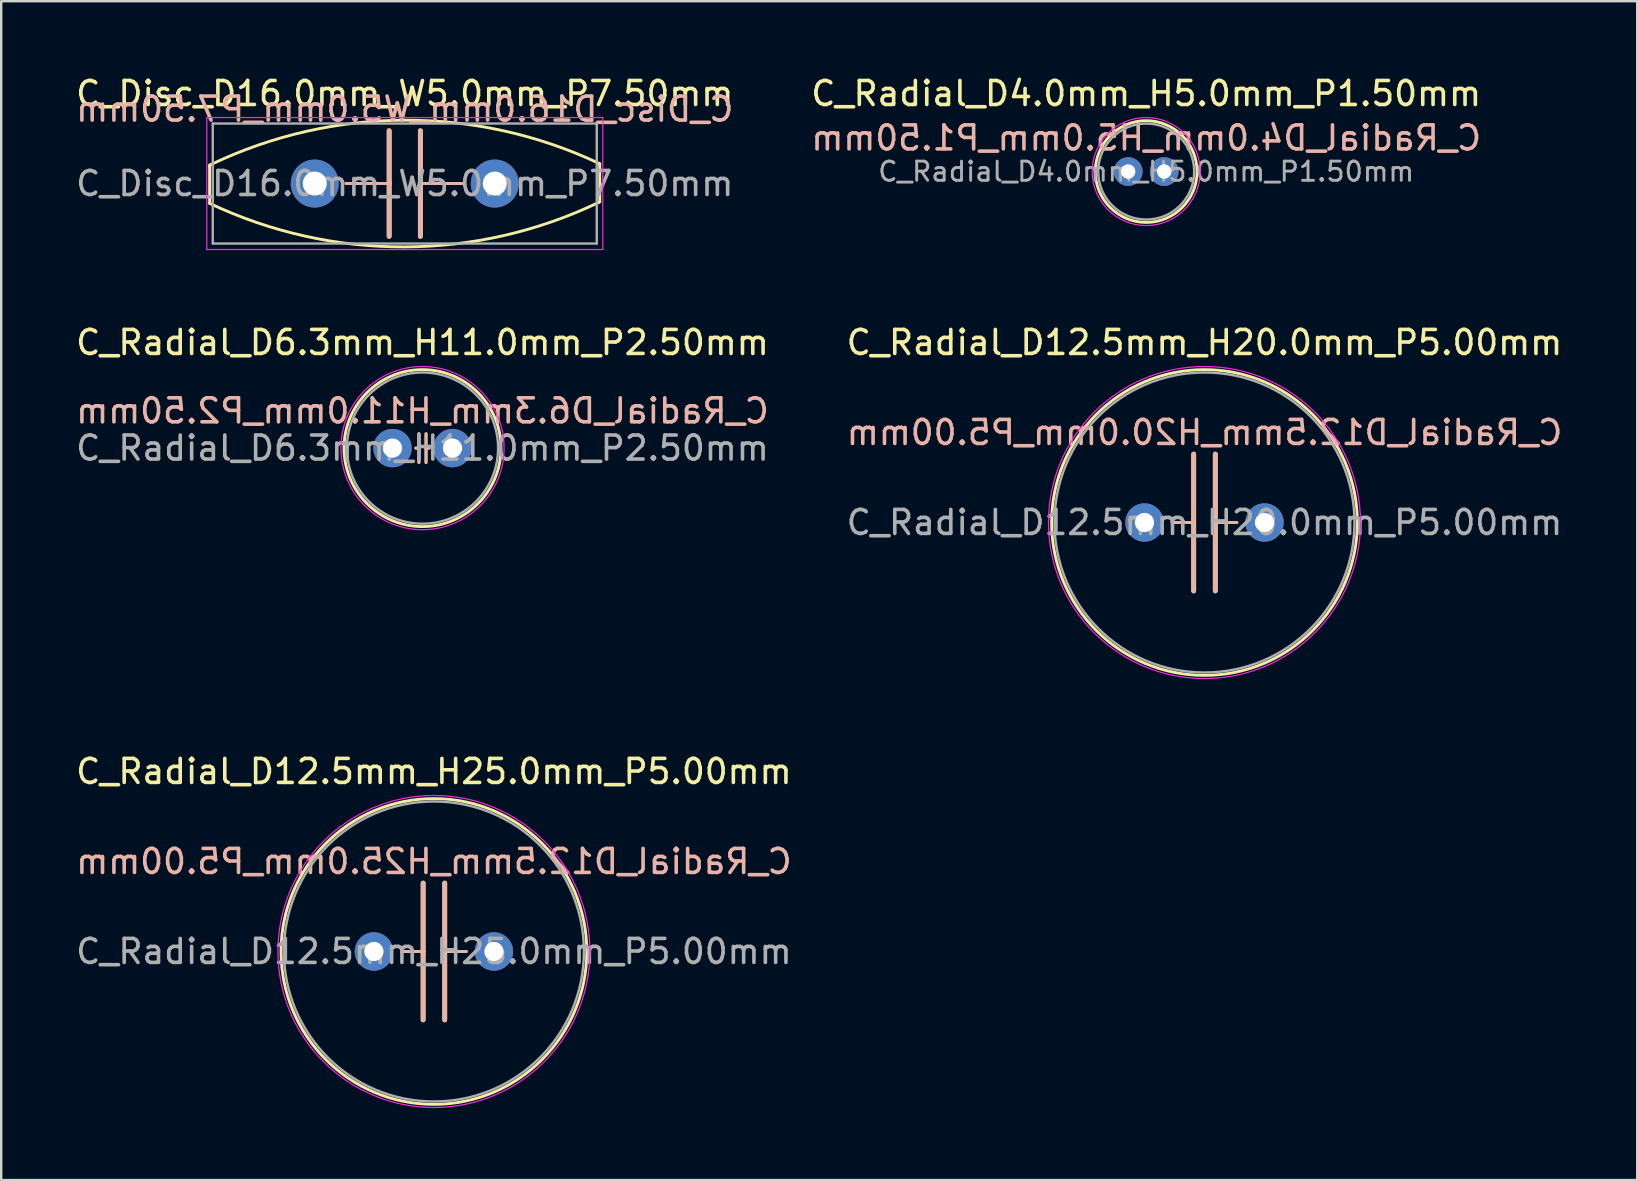
<source format=kicad_pcb>
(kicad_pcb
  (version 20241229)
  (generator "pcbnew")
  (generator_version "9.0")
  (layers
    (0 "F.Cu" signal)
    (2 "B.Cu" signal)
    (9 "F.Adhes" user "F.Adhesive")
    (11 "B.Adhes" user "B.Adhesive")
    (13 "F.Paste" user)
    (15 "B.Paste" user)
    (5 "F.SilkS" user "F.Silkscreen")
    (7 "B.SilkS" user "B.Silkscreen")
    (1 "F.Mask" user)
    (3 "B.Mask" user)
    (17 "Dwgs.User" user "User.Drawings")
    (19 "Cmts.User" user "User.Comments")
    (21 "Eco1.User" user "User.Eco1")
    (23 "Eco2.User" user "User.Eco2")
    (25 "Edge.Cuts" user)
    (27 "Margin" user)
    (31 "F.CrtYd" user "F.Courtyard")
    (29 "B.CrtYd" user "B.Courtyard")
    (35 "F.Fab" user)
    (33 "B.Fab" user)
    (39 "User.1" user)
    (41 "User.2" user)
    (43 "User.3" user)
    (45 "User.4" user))
  (footprint "C_Radial_D12.5mm_H25.0mm_P5.00mm"
    (layer "F.Cu")
    (at 12.53 36.595)
    (property "Reference" "C_Radial_D12.5mm_H25.0mm_P5.00mm" (at 2.5 -7.5 0) (layer "F.SilkS") (effects (font (size 1 1) (thickness 0.15))))
    (fp_line (start 1.15 0) (end 2.05 0) (stroke (width 0.12) (type solid)) (layer "F.SilkS"))
    (fp_line (start 2.05 0) (end 2.05 -2.85) (stroke (width 0.2) (type solid)) (layer "F.SilkS"))
    (fp_line (start 2.05 2.85) (end 2.05 0) (stroke (width 0.2) (type solid)) (layer "F.SilkS"))
    (fp_line (start 2.95 0) (end 2.95 -2.85) (stroke (width 0.2) (type solid)) (layer "F.SilkS"))
    (fp_line (start 2.95 0) (end 3.85 0) (stroke (width 0.12) (type solid)) (layer "F.SilkS"))
    (fp_line (start 2.95 2.85) (end 2.95 -0.007) (stroke (width 0.2) (type solid)) (layer "F.SilkS"))
    (fp_circle (center 2.5 0) (end 8.87 0) (stroke (width 0.12) (type solid)) (fill no) (layer "F.SilkS"))
    (fp_line (start 1.15 0) (end 2.05 0) (stroke (width 0.12) (type solid)) (layer "B.SilkS"))
    (fp_line (start 2.05 -2.85) (end 2.05 0) (stroke (width 0.2) (type solid)) (layer "B.SilkS"))
    (fp_line (start 2.05 0) (end 2.05 2.85) (stroke (width 0.2) (type solid)) (layer "B.SilkS"))
    (fp_line (start 2.95 -2.85) (end 2.95 0.007) (stroke (width 0.2) (type solid)) (layer "B.SilkS"))
    (fp_line (start 2.95 0) (end 2.95 2.85) (stroke (width 0.2) (type solid)) (layer "B.SilkS"))
    (fp_line (start 2.95 0) (end 3.85 0) (stroke (width 0.12) (type solid)) (layer "B.SilkS"))
    (fp_circle (center 2.5 0) (end 9 0) (stroke (width 0.05) (type solid)) (fill no) (layer "F.CrtYd"))
    (fp_circle (center 2.5 0) (end 8.75 0) (stroke (width 0.1) (type solid)) (fill no) (layer "F.Fab"))
    (fp_text user "${REFERENCE}" (at 2.5 -3.75 0) (layer "B.SilkS") (effects (font (size 1 1) (thickness 0.15)) (justify mirror)))
    (fp_text user "${REFERENCE}" (at 2.5 0 0) (layer "F.Fab") (effects (font (size 1 1) (thickness 0.15))))
    (pad "1" thru_hole circle (at 0 0) (size 1.6 1.6) (drill 0.8) (layers "*.Cu" "*.Mask"))
    (pad "2" thru_hole circle (at 5 0) (size 1.6 1.6) (drill 0.8) (layers "*.Cu" "*.Mask")))
  (footprint "C_Radial_D6.3mm_H11.0mm_P2.50mm"
    (layer "F.Cu")
    (at 13.304 15.621)
    (property "Reference" "C_Radial_D6.3mm_H11.0mm_P2.50mm" (at 1.25 -4.4 0) (layer "F.SilkS") (effects (font (size 1 1) (thickness 0.15))))
    (fp_line (start 0.973 0) (end 1.1 0) (stroke (width 0.12) (type solid)) (layer "F.SilkS"))
    (fp_line (start 1.1 0) (end 1.1 -0.6) (stroke (width 0.12) (type solid)) (layer "F.SilkS"))
    (fp_line (start 1.1 0) (end 1.1 0.6) (stroke (width 0.12) (type solid)) (layer "F.SilkS"))
    (fp_line (start 1.397 0) (end 1.397 -0.6) (stroke (width 0.12) (type solid)) (layer "F.SilkS"))
    (fp_line (start 1.397 0) (end 1.397 0.6) (stroke (width 0.12) (type solid)) (layer "F.SilkS"))
    (fp_line (start 1.524 0) (end 1.397 0) (stroke (width 0.12) (type solid)) (layer "F.SilkS"))
    (fp_circle (center 1.25 0) (end 4.52 0) (stroke (width 0.12) (type solid)) (fill no) (layer "F.SilkS"))
    (fp_line (start 0.973 0) (end 1.1 0) (stroke (width 0.12) (type solid)) (layer "B.SilkS"))
    (fp_line (start 1.1 0) (end 1.1 -0.6) (stroke (width 0.12) (type solid)) (layer "B.SilkS"))
    (fp_line (start 1.1 0) (end 1.1 0.6) (stroke (width 0.12) (type solid)) (layer "B.SilkS"))
    (fp_line (start 1.397 0) (end 1.397 -0.6) (stroke (width 0.12) (type solid)) (layer "B.SilkS"))
    (fp_line (start 1.397 0) (end 1.397 0.6) (stroke (width 0.12) (type solid)) (layer "B.SilkS"))
    (fp_line (start 1.524 0) (end 1.397 0) (stroke (width 0.12) (type solid)) (layer "B.SilkS"))
    (fp_circle (center 1.25 0) (end 4.65 0) (stroke (width 0.05) (type solid)) (fill no) (layer "F.CrtYd"))
    (fp_circle (center 1.25 0) (end 4.4 0) (stroke (width 0.1) (type solid)) (fill no) (layer "F.Fab"))
    (fp_text user "${REFERENCE}" (at 1.25 -1.55 0) (layer "B.SilkS") (effects (font (size 1 1) (thickness 0.15)) (justify mirror)))
    (fp_text user "${REFERENCE}" (at 1.25 0 0) (layer "F.Fab") (effects (font (size 1 1) (thickness 0.15))))
    (pad "1" thru_hole circle (at 0 0) (size 1.6 1.6) (drill 0.8) (layers "*.Cu" "*.Mask"))
    (pad "2" thru_hole circle (at 2.5 0) (size 1.6 1.6) (drill 0.8) (layers "*.Cu" "*.Mask")))
  (footprint "C_Radial_D4.0mm_H5.0mm_P1.50mm"
    (layer "F.Cu")
    (at 43.958 4.098)
    (property "Reference" "C_Radial_D4.0mm_H5.0mm_P1.50mm" (at 0.75 -3.25 0) (layer "F.SilkS") (effects (font (size 1 1) (thickness 0.15))))
    (fp_circle (center 0.75 0) (end 2.87 0) (stroke (width 0.12) (type solid)) (fill no) (layer "F.SilkS"))
    (fp_circle (center 0.75 0) (end 3 0) (stroke (width 0.05) (type solid)) (fill no) (layer "F.CrtYd"))
    (fp_circle (center 0.75 0) (end 2.75 0) (stroke (width 0.1) (type solid)) (fill no) (layer "F.Fab"))
    (fp_text user "${REFERENCE}" (at 0.75 -1.4 0) (layer "B.SilkS") (effects (font (size 1 1) (thickness 0.15)) (justify mirror)))
    (fp_text user "${REFERENCE}" (at 0.75 0 0) (layer "F.Fab") (effects (font (size 0.8 0.8) (thickness 0.12))))
    (pad "1" thru_hole circle (at 0 0) (size 1.2 1.2) (drill 0.6) (layers "*.Cu" "*.Mask"))
    (pad "2" thru_hole circle (at 1.5 0) (size 1.2 1.2) (drill 0.6) (layers "*.Cu" "*.Mask")))
  (footprint "C_Disc_D16.0mm_W5.0mm_P7.50mm"
    (layer "F.Cu")
    (at 10.065 4.598)
    (property "Reference" "C_Disc_D16.0mm_W5.0mm_P7.50mm" (at 3.75 -3.75 0) (layer "F.SilkS") (effects (font (size 1 1) (thickness 0.15))))
    (fp_line (start -4.381 -0.762) (end -4.331 -0.789) (stroke (width 0.12) (type solid)) (layer "F.SilkS"))
    (fp_line (start -4.381 -0.699) (end -4.381 -0.762) (stroke (width 0.12) (type solid)) (layer "F.SilkS"))
    (fp_line (start -4.381 0.826) (end -4.381 -0.699) (stroke (width 0.12) (type solid)) (layer "F.SilkS"))
    (fp_line (start 1.3 0) (end 3.1 0) (stroke (width 0.12) (type solid)) (layer "F.SilkS"))
    (fp_line (start 3.1 0) (end 3.1 -2.2) (stroke (width 0.2) (type solid)) (layer "F.SilkS"))
    (fp_line (start 3.1 0) (end 3.1 2.2) (stroke (width 0.2) (type solid)) (layer "F.SilkS"))
    (fp_line (start 4.4 0) (end 4.4 -2.2) (stroke (width 0.2) (type solid)) (layer "F.SilkS"))
    (fp_line (start 4.4 0) (end 4.4 2.2) (stroke (width 0.2) (type solid)) (layer "F.SilkS"))
    (fp_line (start 4.4 0) (end 6.2 0) (stroke (width 0.12) (type solid)) (layer "F.SilkS"))
    (fp_line (start 11.874 -0.826) (end 11.874 0.762) (stroke (width 0.12) (type solid)) (layer "F.SilkS"))
    (fp_line (start 11.874 0.762) (end 11.824 0.789) (stroke (width 0.12) (type solid)) (layer "F.SilkS"))
    (fp_arc (start -4.330969 -0.789052) (mid 3.767644 -2.639565) (end 11.8745 -0.8255) (stroke (width 0.12) (type solid)) (layer "F.SilkS"))
    (fp_arc (start 11.823969 0.789052) (mid 3.725356 2.639565) (end -4.3815 0.8255) (stroke (width 0.12) (type solid)) (layer "F.SilkS"))
    (fp_line (start 1.3 0) (end 3.048 0) (stroke (width 0.12) (type solid)) (layer "B.SilkS"))
    (fp_line (start 3.1 0) (end 3.1 -2.2) (stroke (width 0.2) (type solid)) (layer "B.SilkS"))
    (fp_line (start 3.1 0) (end 3.1 2.2) (stroke (width 0.2) (type solid)) (layer "B.SilkS"))
    (fp_line (start 4.4 0) (end 4.4 -2.2) (stroke (width 0.2) (type solid)) (layer "B.SilkS"))
    (fp_line (start 4.4 0) (end 4.4 2.2) (stroke (width 0.2) (type solid)) (layer "B.SilkS"))
    (fp_line (start 4.445 0) (end 6.2 0) (stroke (width 0.12) (type solid)) (layer "B.SilkS"))
    (fp_line (start -4.5 -2.75) (end -4.5 2.75) (stroke (width 0.05) (type solid)) (layer "F.CrtYd"))
    (fp_line (start -4.5 2.75) (end 12 2.75) (stroke (width 0.05) (type solid)) (layer "F.CrtYd"))
    (fp_line (start 12 -2.75) (end -4.5 -2.75) (stroke (width 0.05) (type solid)) (layer "F.CrtYd"))
    (fp_line (start 12 2.75) (end 12 -2.75) (stroke (width 0.05) (type solid)) (layer "F.CrtYd"))
    (fp_line (start -4.25 -2.5) (end -4.25 2.5) (stroke (width 0.1) (type solid)) (layer "F.Fab"))
    (fp_line (start -4.25 2.5) (end 11.75 2.5) (stroke (width 0.1) (type solid)) (layer "F.Fab"))
    (fp_line (start 11.75 -2.5) (end -4.25 -2.5) (stroke (width 0.1) (type solid)) (layer "F.Fab"))
    (fp_line (start 11.75 2.5) (end 11.75 -2.5) (stroke (width 0.1) (type solid)) (layer "F.Fab"))
    (fp_text user "${REFERENCE}" (at 3.75 -3.1 0) (layer "B.SilkS") (effects (font (size 1 1) (thickness 0.15)) (justify mirror)))
    (fp_text user "${REFERENCE}" (at 3.75 0 0) (layer "F.Fab") (effects (font (size 1 1) (thickness 0.15))))
    (pad "1" thru_hole circle (at 0 0) (size 2 2) (drill 1) (layers "*.Cu" "*.Mask"))
    (pad "2" thru_hole circle (at 7.5 0) (size 2 2) (drill 1) (layers "*.Cu" "*.Mask")))
  (footprint "C_Radial_D12.5mm_H20.0mm_P5.00mm"
    (layer "F.Cu")
    (at 44.637 18.721)
    (property "Reference" "C_Radial_D12.5mm_H20.0mm_P5.00mm" (at 2.5 -7.5 0) (layer "F.SilkS") (effects (font (size 1 1) (thickness 0.15))))
    (fp_line (start 1.15 0) (end 2.05 0) (stroke (width 0.12) (type solid)) (layer "F.SilkS"))
    (fp_line (start 2.05 0) (end 2.05 -2.85) (stroke (width 0.2) (type solid)) (layer "F.SilkS"))
    (fp_line (start 2.05 2.85) (end 2.05 0) (stroke (width 0.2) (type solid)) (layer "F.SilkS"))
    (fp_line (start 2.95 0) (end 2.95 -2.85) (stroke (width 0.2) (type solid)) (layer "F.SilkS"))
    (fp_line (start 2.95 0) (end 3.85 0) (stroke (width 0.12) (type solid)) (layer "F.SilkS"))
    (fp_line (start 2.95 2.85) (end 2.95 -0.007) (stroke (width 0.2) (type solid)) (layer "F.SilkS"))
    (fp_circle (center 2.5 0) (end 8.87 0) (stroke (width 0.12) (type solid)) (fill no) (layer "F.SilkS"))
    (fp_line (start 1.15 0) (end 2.05 0) (stroke (width 0.12) (type solid)) (layer "B.SilkS"))
    (fp_line (start 2.05 -2.85) (end 2.05 0) (stroke (width 0.2) (type solid)) (layer "B.SilkS"))
    (fp_line (start 2.05 0) (end 2.05 2.85) (stroke (width 0.2) (type solid)) (layer "B.SilkS"))
    (fp_line (start 2.95 -2.85) (end 2.95 0.007) (stroke (width 0.2) (type solid)) (layer "B.SilkS"))
    (fp_line (start 2.95 0) (end 2.95 2.85) (stroke (width 0.2) (type solid)) (layer "B.SilkS"))
    (fp_line (start 2.95 0) (end 3.85 0) (stroke (width 0.12) (type solid)) (layer "B.SilkS"))
    (fp_circle (center 2.5 0) (end 9 0) (stroke (width 0.05) (type solid)) (fill no) (layer "F.CrtYd"))
    (fp_circle (center 2.5 0) (end 8.75 0) (stroke (width 0.1) (type solid)) (fill no) (layer "F.Fab"))
    (fp_text user "${REFERENCE}" (at 2.5 -3.75 0) (layer "B.SilkS") (effects (font (size 1 1) (thickness 0.15)) (justify mirror)))
    (fp_text user "${REFERENCE}" (at 2.5 0 0) (layer "F.Fab") (effects (font (size 1 1) (thickness 0.15))))
    (pad "1" thru_hole circle (at 0 0) (size 1.6 1.6) (drill 0.8) (layers "*.Cu" "*.Mask"))
    (pad "2" thru_hole circle (at 5 0) (size 1.6 1.6) (drill 0.8) (layers "*.Cu" "*.Mask")))
  (gr_rect
    (start -3 -3)
    (end 65.167 46.12)
    (stroke (width 0.1) (type default))
    (fill no)
    (layer "Edge.Cuts")))
</source>
